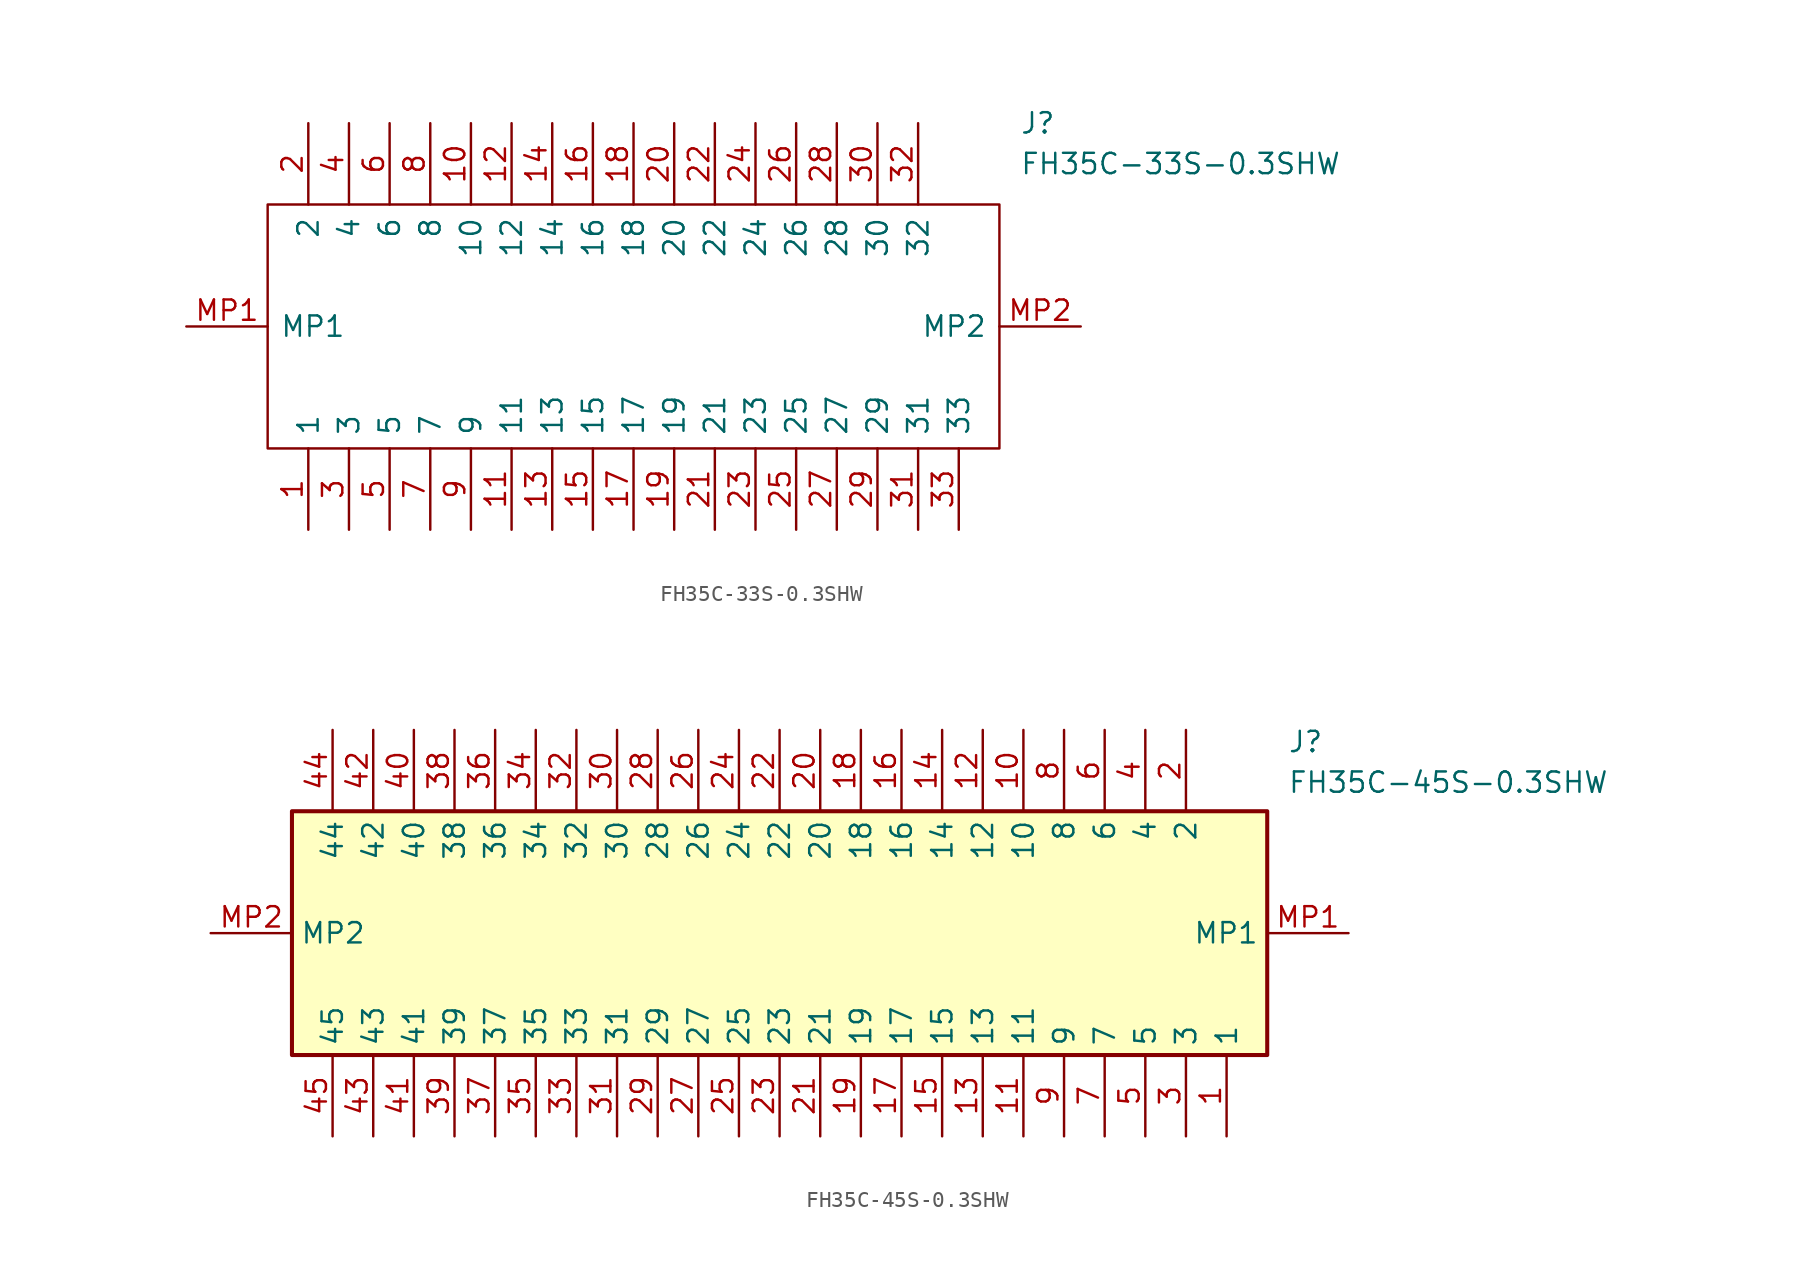
<source format=kicad_sym>
(kicad_symbol_lib
  (version 20220914)
  (generator kicad_symbol_editor)
  (symbol "FH35C-33S-0.3SHW"
    (pin_names
      (offset 0.762))
    (property "Reference" "J"
      (at 52.07 12.7 0)
      (effects (font (size 1.27 1.27)) (justify left)))
    (property "Value" "FH35C-33S-0.3SHW"
      (at 52.07 10.16 0)
      (effects (font (size 1.27 1.27)) (justify left)))
    (symbol "FH35C-33S-0.3SHW_0_0"
      (pin passive line (at 7.62 -12.7 90) (length 5.08) (name "1" (effects (font (size 1.27 1.27)))) (number "1" (effects (font (size 1.27 1.27)))))
      (pin passive line (at 17.78 12.7 270) (length 5.08) (name "10" (effects (font (size 1.27 1.27)))) (number "10" (effects (font (size 1.27 1.27)))))
      (pin passive line (at 20.32 -12.7 90) (length 5.08) (name "11" (effects (font (size 1.27 1.27)))) (number "11" (effects (font (size 1.27 1.27)))))
      (pin passive line (at 20.32 12.7 270) (length 5.08) (name "12" (effects (font (size 1.27 1.27)))) (number "12" (effects (font (size 1.27 1.27)))))
      (pin passive line (at 22.86 -12.7 90) (length 5.08) (name "13" (effects (font (size 1.27 1.27)))) (number "13" (effects (font (size 1.27 1.27)))))
      (pin passive line (at 22.86 12.7 270) (length 5.08) (name "14" (effects (font (size 1.27 1.27)))) (number "14" (effects (font (size 1.27 1.27)))))
      (pin passive line (at 25.4 -12.7 90) (length 5.08) (name "15" (effects (font (size 1.27 1.27)))) (number "15" (effects (font (size 1.27 1.27)))))
      (pin passive line (at 25.4 12.7 270) (length 5.08) (name "16" (effects (font (size 1.27 1.27)))) (number "16" (effects (font (size 1.27 1.27)))))
      (pin passive line (at 27.94 -12.7 90) (length 5.08) (name "17" (effects (font (size 1.27 1.27)))) (number "17" (effects (font (size 1.27 1.27)))))
      (pin passive line (at 27.94 12.7 270) (length 5.08) (name "18" (effects (font (size 1.27 1.27)))) (number "18" (effects (font (size 1.27 1.27)))))
      (pin passive line (at 30.48 -12.7 90) (length 5.08) (name "19" (effects (font (size 1.27 1.27)))) (number "19" (effects (font (size 1.27 1.27)))))
      (pin passive line (at 7.62 12.7 270) (length 5.08) (name "2" (effects (font (size 1.27 1.27)))) (number "2" (effects (font (size 1.27 1.27)))))
      (pin passive line (at 30.48 12.7 270) (length 5.08) (name "20" (effects (font (size 1.27 1.27)))) (number "20" (effects (font (size 1.27 1.27)))))
      (pin passive line (at 33.02 -12.7 90) (length 5.08) (name "21" (effects (font (size 1.27 1.27)))) (number "21" (effects (font (size 1.27 1.27)))))
      (pin passive line (at 33.02 12.7 270) (length 5.08) (name "22" (effects (font (size 1.27 1.27)))) (number "22" (effects (font (size 1.27 1.27)))))
      (pin passive line (at 35.56 -12.7 90) (length 5.08) (name "23" (effects (font (size 1.27 1.27)))) (number "23" (effects (font (size 1.27 1.27)))))
      (pin passive line (at 35.56 12.7 270) (length 5.08) (name "24" (effects (font (size 1.27 1.27)))) (number "24" (effects (font (size 1.27 1.27)))))
      (pin passive line (at 38.1 -12.7 90) (length 5.08) (name "25" (effects (font (size 1.27 1.27)))) (number "25" (effects (font (size 1.27 1.27)))))
      (pin passive line (at 38.1 12.7 270) (length 5.08) (name "26" (effects (font (size 1.27 1.27)))) (number "26" (effects (font (size 1.27 1.27)))))
      (pin passive line (at 40.64 -12.7 90) (length 5.08) (name "27" (effects (font (size 1.27 1.27)))) (number "27" (effects (font (size 1.27 1.27)))))
      (pin passive line (at 40.64 12.7 270) (length 5.08) (name "28" (effects (font (size 1.27 1.27)))) (number "28" (effects (font (size 1.27 1.27)))))
      (pin passive line (at 43.18 -12.7 90) (length 5.08) (name "29" (effects (font (size 1.27 1.27)))) (number "29" (effects (font (size 1.27 1.27)))))
      (pin passive line (at 10.16 -12.7 90) (length 5.08) (name "3" (effects (font (size 1.27 1.27)))) (number "3" (effects (font (size 1.27 1.27)))))
      (pin passive line (at 43.18 12.7 270) (length 5.08) (name "30" (effects (font (size 1.27 1.27)))) (number "30" (effects (font (size 1.27 1.27)))))
      (pin passive line (at 45.72 -12.7 90) (length 5.08) (name "31" (effects (font (size 1.27 1.27)))) (number "31" (effects (font (size 1.27 1.27)))))
      (pin passive line (at 45.72 12.7 270) (length 5.08) (name "32" (effects (font (size 1.27 1.27)))) (number "32" (effects (font (size 1.27 1.27)))))
      (pin passive line (at 48.26 -12.7 90) (length 5.08) (name "33" (effects (font (size 1.27 1.27)))) (number "33" (effects (font (size 1.27 1.27)))))
      (pin passive line (at 10.16 12.7 270) (length 5.08) (name "4" (effects (font (size 1.27 1.27)))) (number "4" (effects (font (size 1.27 1.27)))))
      (pin passive line (at 12.7 -12.7 90) (length 5.08) (name "5" (effects (font (size 1.27 1.27)))) (number "5" (effects (font (size 1.27 1.27)))))
      (pin passive line (at 12.7 12.7 270) (length 5.08) (name "6" (effects (font (size 1.27 1.27)))) (number "6" (effects (font (size 1.27 1.27)))))
      (pin passive line (at 15.24 -12.7 90) (length 5.08) (name "7" (effects (font (size 1.27 1.27)))) (number "7" (effects (font (size 1.27 1.27)))))
      (pin passive line (at 15.24 12.7 270) (length 5.08) (name "8" (effects (font (size 1.27 1.27)))) (number "8" (effects (font (size 1.27 1.27)))))
      (pin passive line (at 17.78 -12.7 90) (length 5.08) (name "9" (effects (font (size 1.27 1.27)))) (number "9" (effects (font (size 1.27 1.27)))))
      (pin passive line (at 0 0 0) (length 5.08) (name "MP1" (effects (font (size 1.27 1.27)))) (number "MP1" (effects (font (size 1.27 1.27)))))
      (pin passive line (at 55.88 0 180) (length 5.08) (name "MP2" (effects (font (size 1.27 1.27)))) (number "MP2" (effects (font (size 1.27 1.27))))))
    (symbol "FH35C-33S-0.3SHW_0_1"
      (polyline (pts (xy 5.08 7.62) (xy 50.8 7.62) (xy 50.8 -7.62) (xy 5.08 -7.62) (xy 5.08 7.62)) (stroke (width 0.152) (type default)) (fill (type none)))))
  (symbol "FH35C-45S-0.3SHW"
    (property "Reference" "J"
      (at 67.31 12.7 0)
      (effects (font (size 1.27 1.27)) (justify left top)))
    (property "Value" "FH35C-45S-0.3SHW"
      (at 67.31 10.16 0)
      (effects (font (size 1.27 1.27)) (justify left top)))
    (symbol "FH35C-45S-0.3SHW_1_1"
      (rectangle (start 5.08 7.62) (end 66.04 -7.62) (stroke (width 0.254) (type default)) (fill (type background)))
      (pin passive line (at 63.5 -12.7 90) (length 5.08) (name "1" (effects (font (size 1.27 1.27)))) (number "1" (effects (font (size 1.27 1.27)))))
      (pin passive line (at 50.8 12.7 270) (length 5.08) (name "10" (effects (font (size 1.27 1.27)))) (number "10" (effects (font (size 1.27 1.27)))))
      (pin passive line (at 50.8 -12.7 90) (length 5.08) (name "11" (effects (font (size 1.27 1.27)))) (number "11" (effects (font (size 1.27 1.27)))))
      (pin passive line (at 48.26 12.7 270) (length 5.08) (name "12" (effects (font (size 1.27 1.27)))) (number "12" (effects (font (size 1.27 1.27)))))
      (pin passive line (at 48.26 -12.7 90) (length 5.08) (name "13" (effects (font (size 1.27 1.27)))) (number "13" (effects (font (size 1.27 1.27)))))
      (pin passive line (at 45.72 12.7 270) (length 5.08) (name "14" (effects (font (size 1.27 1.27)))) (number "14" (effects (font (size 1.27 1.27)))))
      (pin passive line (at 45.72 -12.7 90) (length 5.08) (name "15" (effects (font (size 1.27 1.27)))) (number "15" (effects (font (size 1.27 1.27)))))
      (pin passive line (at 43.18 12.7 270) (length 5.08) (name "16" (effects (font (size 1.27 1.27)))) (number "16" (effects (font (size 1.27 1.27)))))
      (pin passive line (at 43.18 -12.7 90) (length 5.08) (name "17" (effects (font (size 1.27 1.27)))) (number "17" (effects (font (size 1.27 1.27)))))
      (pin passive line (at 40.64 12.7 270) (length 5.08) (name "18" (effects (font (size 1.27 1.27)))) (number "18" (effects (font (size 1.27 1.27)))))
      (pin passive line (at 40.64 -12.7 90) (length 5.08) (name "19" (effects (font (size 1.27 1.27)))) (number "19" (effects (font (size 1.27 1.27)))))
      (pin passive line (at 60.96 12.7 270) (length 5.08) (name "2" (effects (font (size 1.27 1.27)))) (number "2" (effects (font (size 1.27 1.27)))))
      (pin passive line (at 38.1 12.7 270) (length 5.08) (name "20" (effects (font (size 1.27 1.27)))) (number "20" (effects (font (size 1.27 1.27)))))
      (pin passive line (at 38.1 -12.7 90) (length 5.08) (name "21" (effects (font (size 1.27 1.27)))) (number "21" (effects (font (size 1.27 1.27)))))
      (pin passive line (at 35.56 12.7 270) (length 5.08) (name "22" (effects (font (size 1.27 1.27)))) (number "22" (effects (font (size 1.27 1.27)))))
      (pin passive line (at 35.56 -12.7 90) (length 5.08) (name "23" (effects (font (size 1.27 1.27)))) (number "23" (effects (font (size 1.27 1.27)))))
      (pin passive line (at 33.02 12.7 270) (length 5.08) (name "24" (effects (font (size 1.27 1.27)))) (number "24" (effects (font (size 1.27 1.27)))))
      (pin passive line (at 33.02 -12.7 90) (length 5.08) (name "25" (effects (font (size 1.27 1.27)))) (number "25" (effects (font (size 1.27 1.27)))))
      (pin passive line (at 30.48 12.7 270) (length 5.08) (name "26" (effects (font (size 1.27 1.27)))) (number "26" (effects (font (size 1.27 1.27)))))
      (pin passive line (at 30.48 -12.7 90) (length 5.08) (name "27" (effects (font (size 1.27 1.27)))) (number "27" (effects (font (size 1.27 1.27)))))
      (pin passive line (at 27.94 12.7 270) (length 5.08) (name "28" (effects (font (size 1.27 1.27)))) (number "28" (effects (font (size 1.27 1.27)))))
      (pin passive line (at 27.94 -12.7 90) (length 5.08) (name "29" (effects (font (size 1.27 1.27)))) (number "29" (effects (font (size 1.27 1.27)))))
      (pin passive line (at 60.96 -12.7 90) (length 5.08) (name "3" (effects (font (size 1.27 1.27)))) (number "3" (effects (font (size 1.27 1.27)))))
      (pin passive line (at 25.4 12.7 270) (length 5.08) (name "30" (effects (font (size 1.27 1.27)))) (number "30" (effects (font (size 1.27 1.27)))))
      (pin passive line (at 25.4 -12.7 90) (length 5.08) (name "31" (effects (font (size 1.27 1.27)))) (number "31" (effects (font (size 1.27 1.27)))))
      (pin passive line (at 22.86 12.7 270) (length 5.08) (name "32" (effects (font (size 1.27 1.27)))) (number "32" (effects (font (size 1.27 1.27)))))
      (pin passive line (at 22.86 -12.7 90) (length 5.08) (name "33" (effects (font (size 1.27 1.27)))) (number "33" (effects (font (size 1.27 1.27)))))
      (pin passive line (at 20.32 12.7 270) (length 5.08) (name "34" (effects (font (size 1.27 1.27)))) (number "34" (effects (font (size 1.27 1.27)))))
      (pin passive line (at 20.32 -12.7 90) (length 5.08) (name "35" (effects (font (size 1.27 1.27)))) (number "35" (effects (font (size 1.27 1.27)))))
      (pin passive line (at 17.78 12.7 270) (length 5.08) (name "36" (effects (font (size 1.27 1.27)))) (number "36" (effects (font (size 1.27 1.27)))))
      (pin passive line (at 17.78 -12.7 90) (length 5.08) (name "37" (effects (font (size 1.27 1.27)))) (number "37" (effects (font (size 1.27 1.27)))))
      (pin passive line (at 15.24 12.7 270) (length 5.08) (name "38" (effects (font (size 1.27 1.27)))) (number "38" (effects (font (size 1.27 1.27)))))
      (pin passive line (at 15.24 -12.7 90) (length 5.08) (name "39" (effects (font (size 1.27 1.27)))) (number "39" (effects (font (size 1.27 1.27)))))
      (pin passive line (at 58.42 12.7 270) (length 5.08) (name "4" (effects (font (size 1.27 1.27)))) (number "4" (effects (font (size 1.27 1.27)))))
      (pin passive line (at 12.7 12.7 270) (length 5.08) (name "40" (effects (font (size 1.27 1.27)))) (number "40" (effects (font (size 1.27 1.27)))))
      (pin passive line (at 12.7 -12.7 90) (length 5.08) (name "41" (effects (font (size 1.27 1.27)))) (number "41" (effects (font (size 1.27 1.27)))))
      (pin passive line (at 10.16 12.7 270) (length 5.08) (name "42" (effects (font (size 1.27 1.27)))) (number "42" (effects (font (size 1.27 1.27)))))
      (pin passive line (at 10.16 -12.7 90) (length 5.08) (name "43" (effects (font (size 1.27 1.27)))) (number "43" (effects (font (size 1.27 1.27)))))
      (pin passive line (at 7.62 12.7 270) (length 5.08) (name "44" (effects (font (size 1.27 1.27)))) (number "44" (effects (font (size 1.27 1.27)))))
      (pin passive line (at 7.62 -12.7 90) (length 5.08) (name "45" (effects (font (size 1.27 1.27)))) (number "45" (effects (font (size 1.27 1.27)))))
      (pin passive line (at 58.42 -12.7 90) (length 5.08) (name "5" (effects (font (size 1.27 1.27)))) (number "5" (effects (font (size 1.27 1.27)))))
      (pin passive line (at 55.88 12.7 270) (length 5.08) (name "6" (effects (font (size 1.27 1.27)))) (number "6" (effects (font (size 1.27 1.27)))))
      (pin passive line (at 55.88 -12.7 90) (length 5.08) (name "7" (effects (font (size 1.27 1.27)))) (number "7" (effects (font (size 1.27 1.27)))))
      (pin passive line (at 53.34 12.7 270) (length 5.08) (name "8" (effects (font (size 1.27 1.27)))) (number "8" (effects (font (size 1.27 1.27)))))
      (pin passive line (at 53.34 -12.7 90) (length 5.08) (name "9" (effects (font (size 1.27 1.27)))) (number "9" (effects (font (size 1.27 1.27)))))
      (pin passive line (at 71.12 0 180) (length 5.08) (name "MP1" (effects (font (size 1.27 1.27)))) (number "MP1" (effects (font (size 1.27 1.27)))))
      (pin passive line (at 0 0 0) (length 5.08) (name "MP2" (effects (font (size 1.27 1.27)))) (number "MP2" (effects (font (size 1.27 1.27))))))))
</source>
